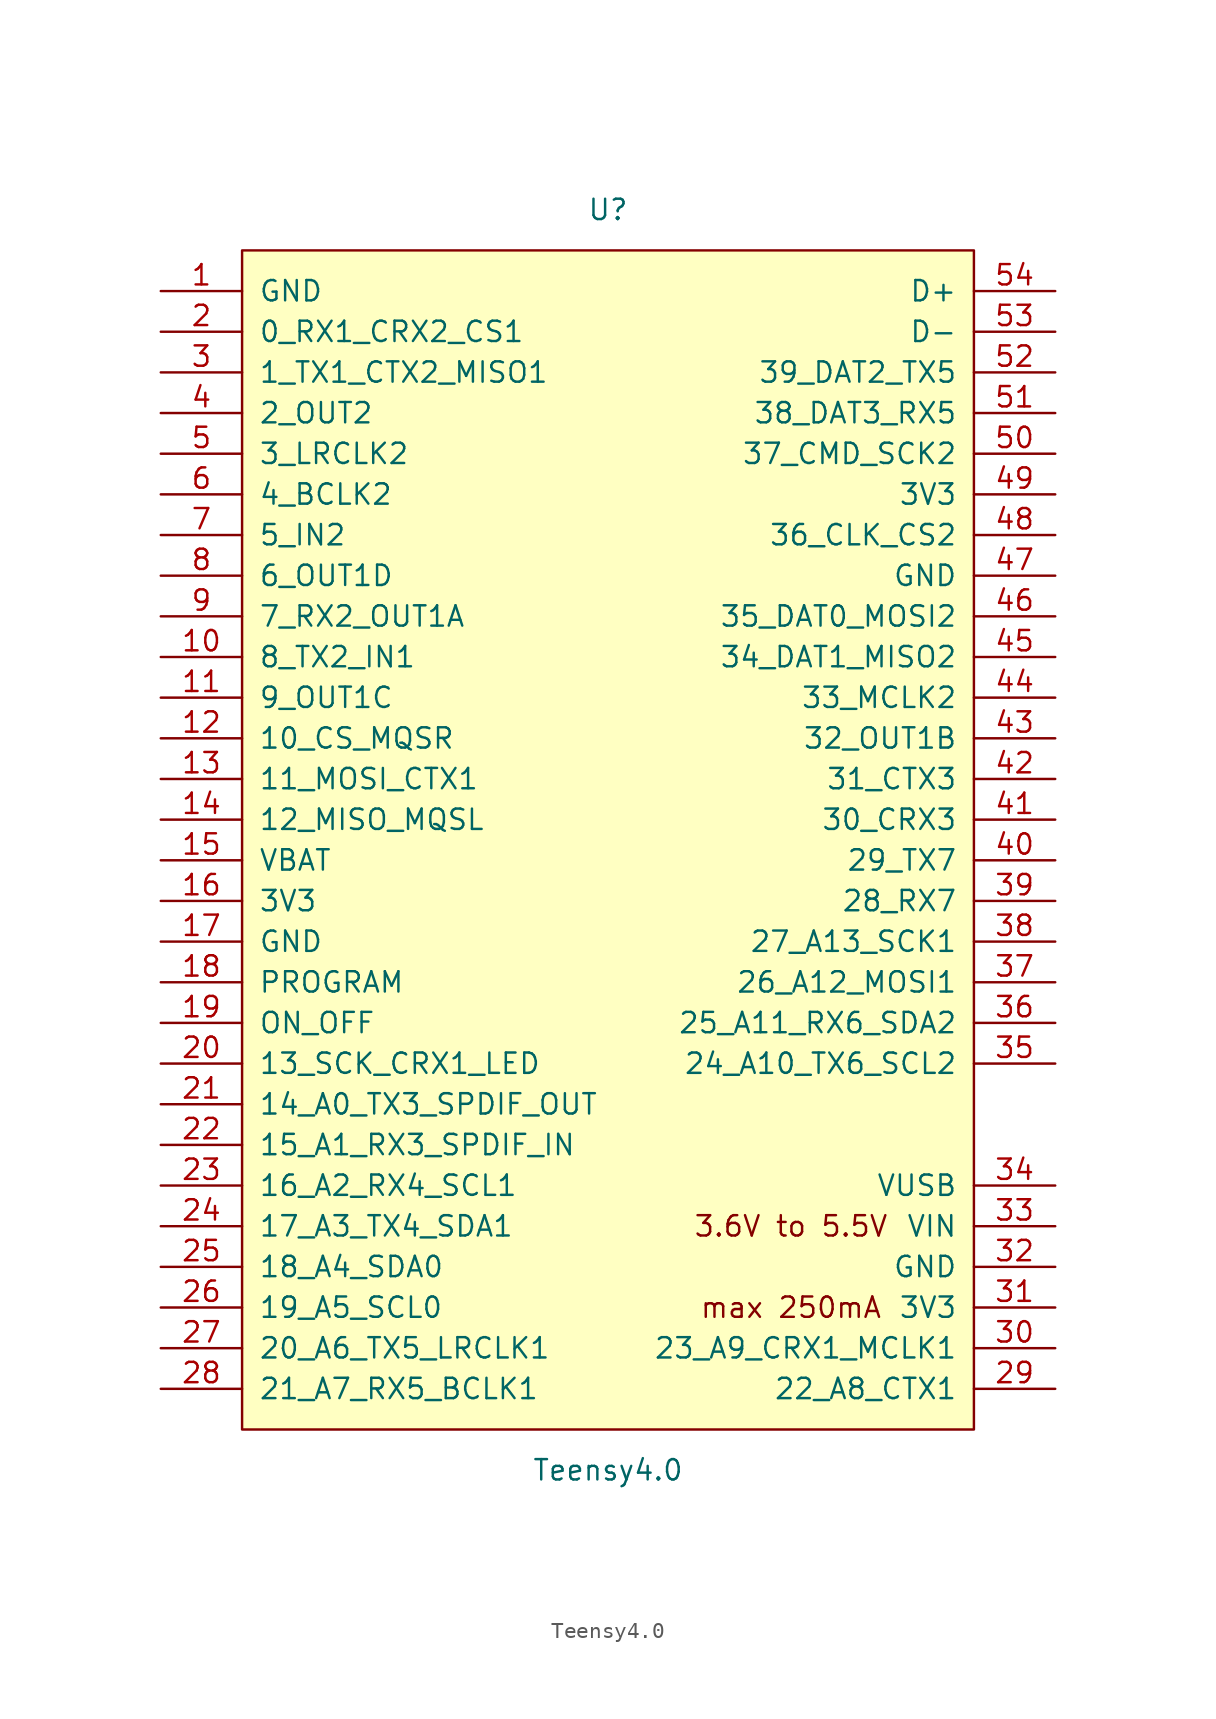
<source format=kicad_sym>
(kicad_symbol_lib
  (version 20211014)
  (generator kicad_symbol_editor)
  (symbol "Teensy4.0"
    (pin_names
      (offset 1.016))
    (property "Reference" "U"
      (at 0 39.37 0)
      (effects (font (size 1.27 1.27))))
    (property "Value" "Teensy4.0"
      (at 0 -39.37 0)
      (effects (font (size 1.27 1.27))))
    (symbol "Teensy4.0_0_0"
      (text "3.6V to 5.5V" (at 11.43 -24.13 0) (effects (font (size 1.27 1.27))))
      (text "max 250mA" (at 11.43 -29.21 0) (effects (font (size 1.27 1.27))))
      (pin bidirectional line (at -27.94 11.43 0) (length 5.08) (name "8_TX2_IN1" (effects (font (size 1.27 1.27)))) (number "10" (effects (font (size 1.27 1.27)))))
      (pin bidirectional line (at -27.94 8.89 0) (length 5.08) (name "9_OUT1C" (effects (font (size 1.27 1.27)))) (number "11" (effects (font (size 1.27 1.27)))))
      (pin bidirectional line (at -27.94 6.35 0) (length 5.08) (name "10_CS_MQSR" (effects (font (size 1.27 1.27)))) (number "12" (effects (font (size 1.27 1.27)))))
      (pin bidirectional line (at -27.94 3.81 0) (length 5.08) (name "11_MOSI_CTX1" (effects (font (size 1.27 1.27)))) (number "13" (effects (font (size 1.27 1.27)))))
      (pin bidirectional line (at -27.94 1.27 0) (length 5.08) (name "12_MISO_MQSL" (effects (font (size 1.27 1.27)))) (number "14" (effects (font (size 1.27 1.27)))))
      (pin power_in line (at -27.94 -1.27 0) (length 5.08) (name "VBAT" (effects (font (size 1.27 1.27)))) (number "15" (effects (font (size 1.27 1.27)))))
      (pin power_in line (at -27.94 -3.81 0) (length 5.08) (name "3V3" (effects (font (size 1.27 1.27)))) (number "16" (effects (font (size 1.27 1.27)))))
      (pin power_in line (at -27.94 -6.35 0) (length 5.08) (name "GND" (effects (font (size 1.27 1.27)))) (number "17" (effects (font (size 1.27 1.27)))))
      (pin input line (at -27.94 -8.89 0) (length 5.08) (name "PROGRAM" (effects (font (size 1.27 1.27)))) (number "18" (effects (font (size 1.27 1.27)))))
      (pin input line (at -27.94 -11.43 0) (length 5.08) (name "ON_OFF" (effects (font (size 1.27 1.27)))) (number "19" (effects (font (size 1.27 1.27)))))
      (pin bidirectional line (at -27.94 -13.97 0) (length 5.08) (name "13_SCK_CRX1_LED" (effects (font (size 1.27 1.27)))) (number "20" (effects (font (size 1.27 1.27)))))
      (pin bidirectional line (at -27.94 -16.51 0) (length 5.08) (name "14_A0_TX3_SPDIF_OUT" (effects (font (size 1.27 1.27)))) (number "21" (effects (font (size 1.27 1.27)))))
      (pin bidirectional line (at -27.94 -19.05 0) (length 5.08) (name "15_A1_RX3_SPDIF_IN" (effects (font (size 1.27 1.27)))) (number "22" (effects (font (size 1.27 1.27)))))
      (pin bidirectional line (at -27.94 -21.59 0) (length 5.08) (name "16_A2_RX4_SCL1" (effects (font (size 1.27 1.27)))) (number "23" (effects (font (size 1.27 1.27)))))
      (pin bidirectional line (at -27.94 -24.13 0) (length 5.08) (name "17_A3_TX4_SDA1" (effects (font (size 1.27 1.27)))) (number "24" (effects (font (size 1.27 1.27)))))
      (pin bidirectional line (at -27.94 -26.67 0) (length 5.08) (name "18_A4_SDA0" (effects (font (size 1.27 1.27)))) (number "25" (effects (font (size 1.27 1.27)))))
      (pin bidirectional line (at -27.94 -29.21 0) (length 5.08) (name "19_A5_SCL0" (effects (font (size 1.27 1.27)))) (number "26" (effects (font (size 1.27 1.27)))))
      (pin bidirectional line (at -27.94 -31.75 0) (length 5.08) (name "20_A6_TX5_LRCLK1" (effects (font (size 1.27 1.27)))) (number "27" (effects (font (size 1.27 1.27)))))
      (pin bidirectional line (at -27.94 -34.29 0) (length 5.08) (name "21_A7_RX5_BCLK1" (effects (font (size 1.27 1.27)))) (number "28" (effects (font (size 1.27 1.27)))))
      (pin bidirectional line (at 27.94 -34.29 180) (length 5.08) (name "22_A8_CTX1" (effects (font (size 1.27 1.27)))) (number "29" (effects (font (size 1.27 1.27)))))
      (pin bidirectional line (at 27.94 -31.75 180) (length 5.08) (name "23_A9_CRX1_MCLK1" (effects (font (size 1.27 1.27)))) (number "30" (effects (font (size 1.27 1.27)))))
      (pin power_out line (at 27.94 -29.21 180) (length 5.08) (name "3V3" (effects (font (size 1.27 1.27)))) (number "31" (effects (font (size 1.27 1.27)))))
      (pin power_in line (at 27.94 -26.67 180) (length 5.08) (name "GND" (effects (font (size 1.27 1.27)))) (number "32" (effects (font (size 1.27 1.27)))))
      (pin power_in line (at 27.94 -24.13 180) (length 5.08) (name "VIN" (effects (font (size 1.27 1.27)))) (number "33" (effects (font (size 1.27 1.27)))))
      (pin power_out line (at 27.94 -21.59 180) (length 5.08) (name "VUSB" (effects (font (size 1.27 1.27)))) (number "34" (effects (font (size 1.27 1.27)))))
      (pin bidirectional line (at 27.94 -13.97 180) (length 5.08) (name "24_A10_TX6_SCL2" (effects (font (size 1.27 1.27)))) (number "35" (effects (font (size 1.27 1.27)))))
      (pin bidirectional line (at 27.94 -11.43 180) (length 5.08) (name "25_A11_RX6_SDA2" (effects (font (size 1.27 1.27)))) (number "36" (effects (font (size 1.27 1.27)))))
      (pin bidirectional line (at 27.94 -8.89 180) (length 5.08) (name "26_A12_MOSI1" (effects (font (size 1.27 1.27)))) (number "37" (effects (font (size 1.27 1.27)))))
      (pin bidirectional line (at 27.94 -6.35 180) (length 5.08) (name "27_A13_SCK1" (effects (font (size 1.27 1.27)))) (number "38" (effects (font (size 1.27 1.27)))))
      (pin bidirectional line (at 27.94 -3.81 180) (length 5.08) (name "28_RX7" (effects (font (size 1.27 1.27)))) (number "39" (effects (font (size 1.27 1.27)))))
      (pin bidirectional line (at 27.94 -1.27 180) (length 5.08) (name "29_TX7" (effects (font (size 1.27 1.27)))) (number "40" (effects (font (size 1.27 1.27)))))
      (pin bidirectional line (at 27.94 1.27 180) (length 5.08) (name "30_CRX3" (effects (font (size 1.27 1.27)))) (number "41" (effects (font (size 1.27 1.27)))))
      (pin bidirectional line (at 27.94 3.81 180) (length 5.08) (name "31_CTX3" (effects (font (size 1.27 1.27)))) (number "42" (effects (font (size 1.27 1.27)))))
      (pin bidirectional line (at 27.94 6.35 180) (length 5.08) (name "32_OUT1B" (effects (font (size 1.27 1.27)))) (number "43" (effects (font (size 1.27 1.27)))))
      (pin bidirectional line (at 27.94 8.89 180) (length 5.08) (name "33_MCLK2" (effects (font (size 1.27 1.27)))) (number "44" (effects (font (size 1.27 1.27)))))
      (pin bidirectional line (at 27.94 11.43 180) (length 5.08) (name "34_DAT1_MISO2" (effects (font (size 1.27 1.27)))) (number "45" (effects (font (size 1.27 1.27)))))
      (pin bidirectional line (at 27.94 13.97 180) (length 5.08) (name "35_DAT0_MOSI2" (effects (font (size 1.27 1.27)))) (number "46" (effects (font (size 1.27 1.27)))))
      (pin power_out line (at 27.94 16.51 180) (length 5.08) (name "GND" (effects (font (size 1.27 1.27)))) (number "47" (effects (font (size 1.27 1.27)))))
      (pin bidirectional line (at 27.94 19.05 180) (length 5.08) (name "36_CLK_CS2" (effects (font (size 1.27 1.27)))) (number "48" (effects (font (size 1.27 1.27)))))
      (pin power_out line (at 27.94 21.59 180) (length 5.08) (name "3V3" (effects (font (size 1.27 1.27)))) (number "49" (effects (font (size 1.27 1.27)))))
      (pin bidirectional line (at -27.94 24.13 0) (length 5.08) (name "3_LRCLK2" (effects (font (size 1.27 1.27)))) (number "5" (effects (font (size 1.27 1.27)))))
      (pin bidirectional line (at 27.94 24.13 180) (length 5.08) (name "37_CMD_SCK2" (effects (font (size 1.27 1.27)))) (number "50" (effects (font (size 1.27 1.27)))))
      (pin bidirectional line (at 27.94 26.67 180) (length 5.08) (name "38_DAT3_RX5" (effects (font (size 1.27 1.27)))) (number "51" (effects (font (size 1.27 1.27)))))
      (pin bidirectional line (at 27.94 29.21 180) (length 5.08) (name "39_DAT2_TX5" (effects (font (size 1.27 1.27)))) (number "52" (effects (font (size 1.27 1.27)))))
      (pin bidirectional line (at 27.94 31.75 180) (length 5.08) (name "D-" (effects (font (size 1.27 1.27)))) (number "53" (effects (font (size 1.27 1.27)))))
      (pin bidirectional line (at 27.94 34.29 180) (length 5.08) (name "D+" (effects (font (size 1.27 1.27)))) (number "54" (effects (font (size 1.27 1.27)))))
      (pin bidirectional line (at -27.94 21.59 0) (length 5.08) (name "4_BCLK2" (effects (font (size 1.27 1.27)))) (number "6" (effects (font (size 1.27 1.27)))))
      (pin bidirectional line (at -27.94 19.05 0) (length 5.08) (name "5_IN2" (effects (font (size 1.27 1.27)))) (number "7" (effects (font (size 1.27 1.27)))))
      (pin bidirectional line (at -27.94 16.51 0) (length 5.08) (name "6_OUT1D" (effects (font (size 1.27 1.27)))) (number "8" (effects (font (size 1.27 1.27)))))
      (pin bidirectional line (at -27.94 13.97 0) (length 5.08) (name "7_RX2_OUT1A" (effects (font (size 1.27 1.27)))) (number "9" (effects (font (size 1.27 1.27))))))
    (symbol "Teensy4.0_0_1"
      (rectangle (start -22.86 36.83) (end 22.86 -36.83) (stroke (width 0) (type default) (color 0 0 0 0)) (fill (type background)))
      (rectangle (start -20.32 -31.75) (end -20.32 -31.75) (stroke (width 0) (type default) (color 0 0 0 0)) (fill (type none))))
    (symbol "Teensy4.0_1_1"
      (pin power_in line (at -27.94 34.29 0) (length 5.08) (name "GND" (effects (font (size 1.27 1.27)))) (number "1" (effects (font (size 1.27 1.27)))))
      (pin bidirectional line (at -27.94 31.75 0) (length 5.08) (name "0_RX1_CRX2_CS1" (effects (font (size 1.27 1.27)))) (number "2" (effects (font (size 1.27 1.27)))))
      (pin bidirectional line (at -27.94 29.21 0) (length 5.08) (name "1_TX1_CTX2_MISO1" (effects (font (size 1.27 1.27)))) (number "3" (effects (font (size 1.27 1.27)))))
      (pin bidirectional line (at -27.94 26.67 0) (length 5.08) (name "2_OUT2" (effects (font (size 1.27 1.27)))) (number "4" (effects (font (size 1.27 1.27))))))))
</source>
